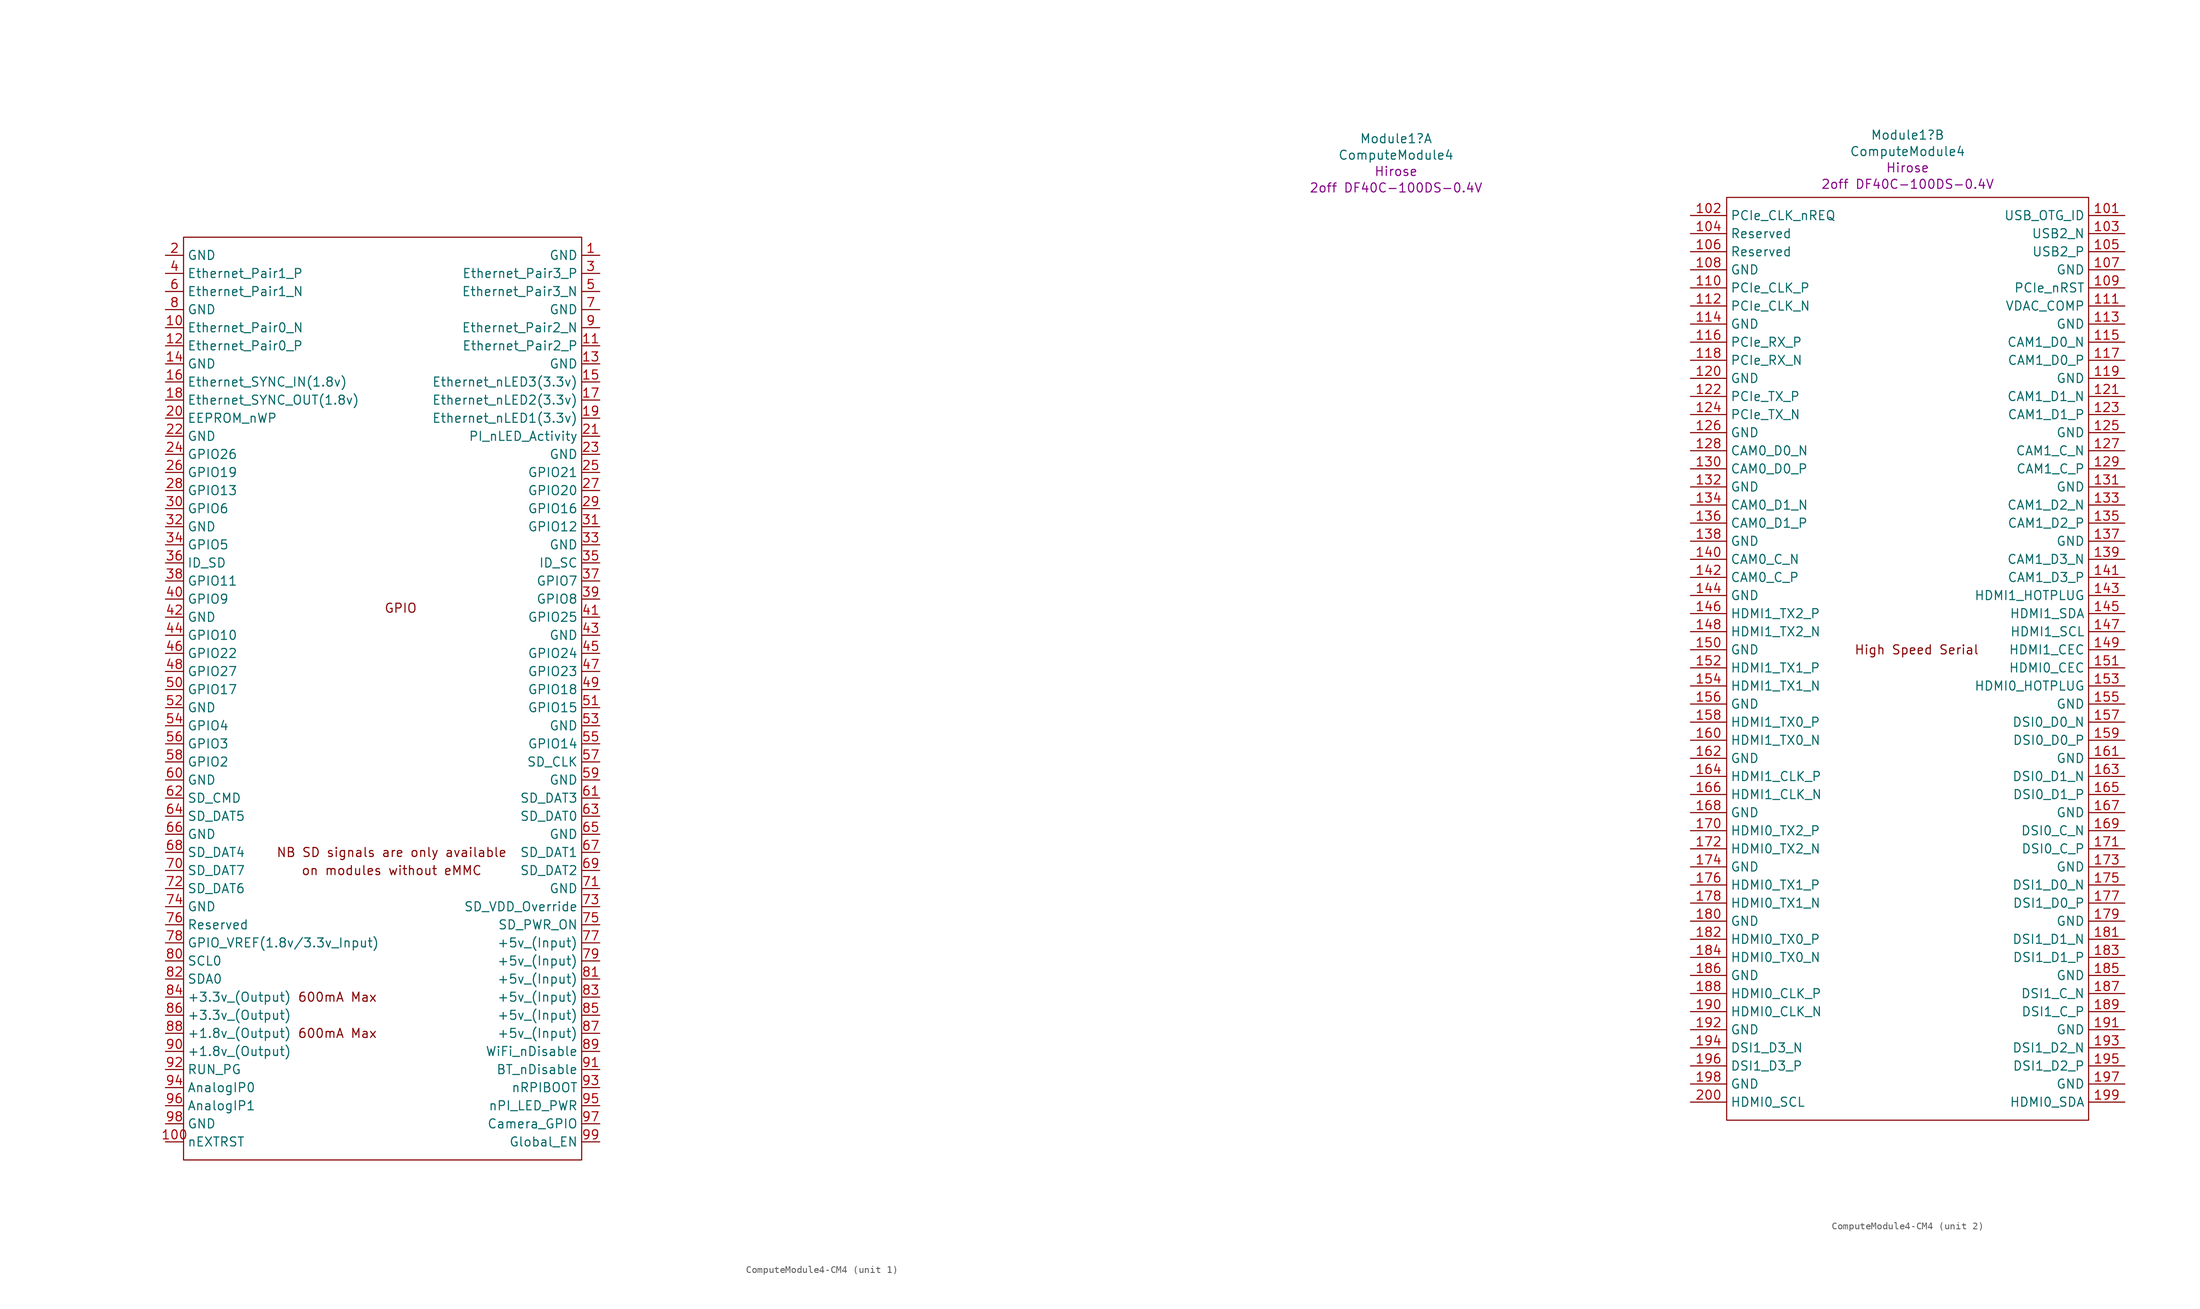
<source format=kicad_sym>
(kicad_symbol_lib
  (version 20211014)
  (generator kicad_symbol_editor)
  (symbol "ComputeModule4-CM4"
    (property "Reference" "Module1"
      (at 139.7 72.263 0)
      (effects (font (size 1.27 1.27))))
    (property "Value" "ComputeModule4"
      (at 139.7 69.952 0)
      (effects (font (size 1.27 1.27))))
    (property "Field4" "Hirose"
      (at 139.7 67.666 0)
      (effects (font (size 1.27 1.27))))
    (property "Field5" "2off DF40C-100DS-0.4V"
      (at 139.7 65.354 0)
      (effects (font (size 1.27 1.27))))
    (property "ki_locked" ""
      (at 0 0 0)
      (effects (font (size 1.27 1.27))))
    (symbol "ComputeModule4-CM4_1_0"
      (text "GPIO" (at 0 6.35 0) (effects (font (size 1.27 1.27)))))
    (symbol "ComputeModule4-CM4_1_1"
      (rectangle (start -30.48 -71.12) (end 25.4 58.42) (stroke (width 0) (type default) (color 0 0 0 0)) (fill (type none)))
      (text "600mA Max" (at -8.89 -53.34 0) (effects (font (size 1.27 1.27))))
      (text "600mA Max" (at -8.89 -48.26 0) (effects (font (size 1.27 1.27))))
      (text "NB SD signals are only available" (at -1.27 -27.94 0) (effects (font (size 1.27 1.27))))
      (text "on modules without eMMC" (at -1.27 -30.48 0) (effects (font (size 1.27 1.27))))
      (pin power_in line (at 27.94 55.88 180) (length 2.54) (name "GND" (effects (font (size 1.27 1.27)))) (number "1" (effects (font (size 1.27 1.27)))))
      (pin passive line (at -33.02 45.72 0) (length 2.54) (name "Ethernet_Pair0_N" (effects (font (size 1.27 1.27)))) (number "10" (effects (font (size 1.27 1.27)))))
      (pin output line (at -33.02 -68.58 0) (length 2.54) (name "nEXTRST" (effects (font (size 1.27 1.27)))) (number "100" (effects (font (size 1.27 1.27)))))
      (pin passive line (at 27.94 43.18 180) (length 2.54) (name "Ethernet_Pair2_P" (effects (font (size 1.27 1.27)))) (number "11" (effects (font (size 1.27 1.27)))))
      (pin passive line (at -33.02 43.18 0) (length 2.54) (name "Ethernet_Pair0_P" (effects (font (size 1.27 1.27)))) (number "12" (effects (font (size 1.27 1.27)))))
      (pin power_in line (at 27.94 40.64 180) (length 2.54) (name "GND" (effects (font (size 1.27 1.27)))) (number "13" (effects (font (size 1.27 1.27)))))
      (pin power_in line (at -33.02 40.64 0) (length 2.54) (name "GND" (effects (font (size 1.27 1.27)))) (number "14" (effects (font (size 1.27 1.27)))))
      (pin output line (at 27.94 38.1 180) (length 2.54) (name "Ethernet_nLED3(3.3v)" (effects (font (size 1.27 1.27)))) (number "15" (effects (font (size 1.27 1.27)))))
      (pin input line (at -33.02 38.1 0) (length 2.54) (name "Ethernet_SYNC_IN(1.8v)" (effects (font (size 1.27 1.27)))) (number "16" (effects (font (size 1.27 1.27)))))
      (pin output line (at 27.94 35.56 180) (length 2.54) (name "Ethernet_nLED2(3.3v)" (effects (font (size 1.27 1.27)))) (number "17" (effects (font (size 1.27 1.27)))))
      (pin input line (at -33.02 35.56 0) (length 2.54) (name "Ethernet_SYNC_OUT(1.8v)" (effects (font (size 1.27 1.27)))) (number "18" (effects (font (size 1.27 1.27)))))
      (pin output line (at 27.94 33.02 180) (length 2.54) (name "Ethernet_nLED1(3.3v)" (effects (font (size 1.27 1.27)))) (number "19" (effects (font (size 1.27 1.27)))))
      (pin power_in line (at -33.02 55.88 0) (length 2.54) (name "GND" (effects (font (size 1.27 1.27)))) (number "2" (effects (font (size 1.27 1.27)))))
      (pin passive line (at -33.02 33.02 0) (length 2.54) (name "EEPROM_nWP" (effects (font (size 1.27 1.27)))) (number "20" (effects (font (size 1.27 1.27)))))
      (pin open_collector line (at 27.94 30.48 180) (length 2.54) (name "PI_nLED_Activity" (effects (font (size 1.27 1.27)))) (number "21" (effects (font (size 1.27 1.27)))))
      (pin power_in line (at -33.02 30.48 0) (length 2.54) (name "GND" (effects (font (size 1.27 1.27)))) (number "22" (effects (font (size 1.27 1.27)))))
      (pin power_in line (at 27.94 27.94 180) (length 2.54) (name "GND" (effects (font (size 1.27 1.27)))) (number "23" (effects (font (size 1.27 1.27)))))
      (pin passive line (at -33.02 27.94 0) (length 2.54) (name "GPIO26" (effects (font (size 1.27 1.27)))) (number "24" (effects (font (size 1.27 1.27)))))
      (pin passive line (at 27.94 25.4 180) (length 2.54) (name "GPIO21" (effects (font (size 1.27 1.27)))) (number "25" (effects (font (size 1.27 1.27)))))
      (pin passive line (at -33.02 25.4 0) (length 2.54) (name "GPIO19" (effects (font (size 1.27 1.27)))) (number "26" (effects (font (size 1.27 1.27)))))
      (pin passive line (at 27.94 22.86 180) (length 2.54) (name "GPIO20" (effects (font (size 1.27 1.27)))) (number "27" (effects (font (size 1.27 1.27)))))
      (pin passive line (at -33.02 22.86 0) (length 2.54) (name "GPIO13" (effects (font (size 1.27 1.27)))) (number "28" (effects (font (size 1.27 1.27)))))
      (pin passive line (at 27.94 20.32 180) (length 2.54) (name "GPIO16" (effects (font (size 1.27 1.27)))) (number "29" (effects (font (size 1.27 1.27)))))
      (pin passive line (at 27.94 53.34 180) (length 2.54) (name "Ethernet_Pair3_P" (effects (font (size 1.27 1.27)))) (number "3" (effects (font (size 1.27 1.27)))))
      (pin passive line (at -33.02 20.32 0) (length 2.54) (name "GPIO6" (effects (font (size 1.27 1.27)))) (number "30" (effects (font (size 1.27 1.27)))))
      (pin passive line (at 27.94 17.78 180) (length 2.54) (name "GPIO12" (effects (font (size 1.27 1.27)))) (number "31" (effects (font (size 1.27 1.27)))))
      (pin power_in line (at -33.02 17.78 0) (length 2.54) (name "GND" (effects (font (size 1.27 1.27)))) (number "32" (effects (font (size 1.27 1.27)))))
      (pin power_in line (at 27.94 15.24 180) (length 2.54) (name "GND" (effects (font (size 1.27 1.27)))) (number "33" (effects (font (size 1.27 1.27)))))
      (pin passive line (at -33.02 15.24 0) (length 2.54) (name "GPIO5" (effects (font (size 1.27 1.27)))) (number "34" (effects (font (size 1.27 1.27)))))
      (pin passive line (at 27.94 12.7 180) (length 2.54) (name "ID_SC" (effects (font (size 1.27 1.27)))) (number "35" (effects (font (size 1.27 1.27)))))
      (pin passive line (at -33.02 12.7 0) (length 2.54) (name "ID_SD" (effects (font (size 1.27 1.27)))) (number "36" (effects (font (size 1.27 1.27)))))
      (pin passive line (at 27.94 10.16 180) (length 2.54) (name "GPIO7" (effects (font (size 1.27 1.27)))) (number "37" (effects (font (size 1.27 1.27)))))
      (pin passive line (at -33.02 10.16 0) (length 2.54) (name "GPIO11" (effects (font (size 1.27 1.27)))) (number "38" (effects (font (size 1.27 1.27)))))
      (pin passive line (at 27.94 7.62 180) (length 2.54) (name "GPIO8" (effects (font (size 1.27 1.27)))) (number "39" (effects (font (size 1.27 1.27)))))
      (pin passive line (at -33.02 53.34 0) (length 2.54) (name "Ethernet_Pair1_P" (effects (font (size 1.27 1.27)))) (number "4" (effects (font (size 1.27 1.27)))))
      (pin passive line (at -33.02 7.62 0) (length 2.54) (name "GPIO9" (effects (font (size 1.27 1.27)))) (number "40" (effects (font (size 1.27 1.27)))))
      (pin passive line (at 27.94 5.08 180) (length 2.54) (name "GPIO25" (effects (font (size 1.27 1.27)))) (number "41" (effects (font (size 1.27 1.27)))))
      (pin power_in line (at -33.02 5.08 0) (length 2.54) (name "GND" (effects (font (size 1.27 1.27)))) (number "42" (effects (font (size 1.27 1.27)))))
      (pin power_in line (at 27.94 2.54 180) (length 2.54) (name "GND" (effects (font (size 1.27 1.27)))) (number "43" (effects (font (size 1.27 1.27)))))
      (pin passive line (at -33.02 2.54 0) (length 2.54) (name "GPIO10" (effects (font (size 1.27 1.27)))) (number "44" (effects (font (size 1.27 1.27)))))
      (pin passive line (at 27.94 0 180) (length 2.54) (name "GPIO24" (effects (font (size 1.27 1.27)))) (number "45" (effects (font (size 1.27 1.27)))))
      (pin passive line (at -33.02 0 0) (length 2.54) (name "GPIO22" (effects (font (size 1.27 1.27)))) (number "46" (effects (font (size 1.27 1.27)))))
      (pin passive line (at 27.94 -2.54 180) (length 2.54) (name "GPIO23" (effects (font (size 1.27 1.27)))) (number "47" (effects (font (size 1.27 1.27)))))
      (pin passive line (at -33.02 -2.54 0) (length 2.54) (name "GPIO27" (effects (font (size 1.27 1.27)))) (number "48" (effects (font (size 1.27 1.27)))))
      (pin passive line (at 27.94 -5.08 180) (length 2.54) (name "GPIO18" (effects (font (size 1.27 1.27)))) (number "49" (effects (font (size 1.27 1.27)))))
      (pin passive line (at 27.94 50.8 180) (length 2.54) (name "Ethernet_Pair3_N" (effects (font (size 1.27 1.27)))) (number "5" (effects (font (size 1.27 1.27)))))
      (pin passive line (at -33.02 -5.08 0) (length 2.54) (name "GPIO17" (effects (font (size 1.27 1.27)))) (number "50" (effects (font (size 1.27 1.27)))))
      (pin passive line (at 27.94 -7.62 180) (length 2.54) (name "GPIO15" (effects (font (size 1.27 1.27)))) (number "51" (effects (font (size 1.27 1.27)))))
      (pin power_in line (at -33.02 -7.62 0) (length 2.54) (name "GND" (effects (font (size 1.27 1.27)))) (number "52" (effects (font (size 1.27 1.27)))))
      (pin power_in line (at 27.94 -10.16 180) (length 2.54) (name "GND" (effects (font (size 1.27 1.27)))) (number "53" (effects (font (size 1.27 1.27)))))
      (pin passive line (at -33.02 -10.16 0) (length 2.54) (name "GPIO4" (effects (font (size 1.27 1.27)))) (number "54" (effects (font (size 1.27 1.27)))))
      (pin passive line (at 27.94 -12.7 180) (length 2.54) (name "GPIO14" (effects (font (size 1.27 1.27)))) (number "55" (effects (font (size 1.27 1.27)))))
      (pin passive line (at -33.02 -12.7 0) (length 2.54) (name "GPIO3" (effects (font (size 1.27 1.27)))) (number "56" (effects (font (size 1.27 1.27)))))
      (pin passive line (at 27.94 -15.24 180) (length 2.54) (name "SD_CLK" (effects (font (size 1.27 1.27)))) (number "57" (effects (font (size 1.27 1.27)))))
      (pin passive line (at -33.02 -15.24 0) (length 2.54) (name "GPIO2" (effects (font (size 1.27 1.27)))) (number "58" (effects (font (size 1.27 1.27)))))
      (pin power_in line (at 27.94 -17.78 180) (length 2.54) (name "GND" (effects (font (size 1.27 1.27)))) (number "59" (effects (font (size 1.27 1.27)))))
      (pin passive line (at -33.02 50.8 0) (length 2.54) (name "Ethernet_Pair1_N" (effects (font (size 1.27 1.27)))) (number "6" (effects (font (size 1.27 1.27)))))
      (pin power_in line (at -33.02 -17.78 0) (length 2.54) (name "GND" (effects (font (size 1.27 1.27)))) (number "60" (effects (font (size 1.27 1.27)))))
      (pin passive line (at 27.94 -20.32 180) (length 2.54) (name "SD_DAT3" (effects (font (size 1.27 1.27)))) (number "61" (effects (font (size 1.27 1.27)))))
      (pin passive line (at -33.02 -20.32 0) (length 2.54) (name "SD_CMD" (effects (font (size 1.27 1.27)))) (number "62" (effects (font (size 1.27 1.27)))))
      (pin passive line (at 27.94 -22.86 180) (length 2.54) (name "SD_DAT0" (effects (font (size 1.27 1.27)))) (number "63" (effects (font (size 1.27 1.27)))))
      (pin passive line (at -33.02 -22.86 0) (length 2.54) (name "SD_DAT5" (effects (font (size 1.27 1.27)))) (number "64" (effects (font (size 1.27 1.27)))))
      (pin power_in line (at 27.94 -25.4 180) (length 2.54) (name "GND" (effects (font (size 1.27 1.27)))) (number "65" (effects (font (size 1.27 1.27)))))
      (pin power_in line (at -33.02 -25.4 0) (length 2.54) (name "GND" (effects (font (size 1.27 1.27)))) (number "66" (effects (font (size 1.27 1.27)))))
      (pin passive line (at 27.94 -27.94 180) (length 2.54) (name "SD_DAT1" (effects (font (size 1.27 1.27)))) (number "67" (effects (font (size 1.27 1.27)))))
      (pin passive line (at -33.02 -27.94 0) (length 2.54) (name "SD_DAT4" (effects (font (size 1.27 1.27)))) (number "68" (effects (font (size 1.27 1.27)))))
      (pin passive line (at 27.94 -30.48 180) (length 2.54) (name "SD_DAT2" (effects (font (size 1.27 1.27)))) (number "69" (effects (font (size 1.27 1.27)))))
      (pin power_in line (at 27.94 48.26 180) (length 2.54) (name "GND" (effects (font (size 1.27 1.27)))) (number "7" (effects (font (size 1.27 1.27)))))
      (pin passive line (at -33.02 -30.48 0) (length 2.54) (name "SD_DAT7" (effects (font (size 1.27 1.27)))) (number "70" (effects (font (size 1.27 1.27)))))
      (pin power_in line (at 27.94 -33.02 180) (length 2.54) (name "GND" (effects (font (size 1.27 1.27)))) (number "71" (effects (font (size 1.27 1.27)))))
      (pin passive line (at -33.02 -33.02 0) (length 2.54) (name "SD_DAT6" (effects (font (size 1.27 1.27)))) (number "72" (effects (font (size 1.27 1.27)))))
      (pin input line (at 27.94 -35.56 180) (length 2.54) (name "SD_VDD_Override" (effects (font (size 1.27 1.27)))) (number "73" (effects (font (size 1.27 1.27)))))
      (pin power_in line (at -33.02 -35.56 0) (length 2.54) (name "GND" (effects (font (size 1.27 1.27)))) (number "74" (effects (font (size 1.27 1.27)))))
      (pin output line (at 27.94 -38.1 180) (length 2.54) (name "SD_PWR_ON" (effects (font (size 1.27 1.27)))) (number "75" (effects (font (size 1.27 1.27)))))
      (pin passive line (at -33.02 -38.1 0) (length 2.54) (name "Reserved" (effects (font (size 1.27 1.27)))) (number "76" (effects (font (size 1.27 1.27)))))
      (pin power_in line (at 27.94 -40.64 180) (length 2.54) (name "+5v_(Input)" (effects (font (size 1.27 1.27)))) (number "77" (effects (font (size 1.27 1.27)))))
      (pin power_in line (at -33.02 -40.64 0) (length 2.54) (name "GPIO_VREF(1.8v/3.3v_Input)" (effects (font (size 1.27 1.27)))) (number "78" (effects (font (size 1.27 1.27)))))
      (pin power_in line (at 27.94 -43.18 180) (length 2.54) (name "+5v_(Input)" (effects (font (size 1.27 1.27)))) (number "79" (effects (font (size 1.27 1.27)))))
      (pin power_in line (at -33.02 48.26 0) (length 2.54) (name "GND" (effects (font (size 1.27 1.27)))) (number "8" (effects (font (size 1.27 1.27)))))
      (pin passive line (at -33.02 -43.18 0) (length 2.54) (name "SCL0" (effects (font (size 1.27 1.27)))) (number "80" (effects (font (size 1.27 1.27)))))
      (pin power_in line (at 27.94 -45.72 180) (length 2.54) (name "+5v_(Input)" (effects (font (size 1.27 1.27)))) (number "81" (effects (font (size 1.27 1.27)))))
      (pin passive line (at -33.02 -45.72 0) (length 2.54) (name "SDA0" (effects (font (size 1.27 1.27)))) (number "82" (effects (font (size 1.27 1.27)))))
      (pin power_in line (at 27.94 -48.26 180) (length 2.54) (name "+5v_(Input)" (effects (font (size 1.27 1.27)))) (number "83" (effects (font (size 1.27 1.27)))))
      (pin power_out line (at -33.02 -48.26 0) (length 2.54) (name "+3.3v_(Output)" (effects (font (size 1.27 1.27)))) (number "84" (effects (font (size 1.27 1.27)))))
      (pin power_in line (at 27.94 -50.8 180) (length 2.54) (name "+5v_(Input)" (effects (font (size 1.27 1.27)))) (number "85" (effects (font (size 1.27 1.27)))))
      (pin power_out line (at -33.02 -50.8 0) (length 2.54) (name "+3.3v_(Output)" (effects (font (size 1.27 1.27)))) (number "86" (effects (font (size 1.27 1.27)))))
      (pin power_in line (at 27.94 -53.34 180) (length 2.54) (name "+5v_(Input)" (effects (font (size 1.27 1.27)))) (number "87" (effects (font (size 1.27 1.27)))))
      (pin power_out line (at -33.02 -53.34 0) (length 2.54) (name "+1.8v_(Output)" (effects (font (size 1.27 1.27)))) (number "88" (effects (font (size 1.27 1.27)))))
      (pin power_in line (at 27.94 -55.88 180) (length 2.54) (name "WiFi_nDisable" (effects (font (size 1.27 1.27)))) (number "89" (effects (font (size 1.27 1.27)))))
      (pin passive line (at 27.94 45.72 180) (length 2.54) (name "Ethernet_Pair2_N" (effects (font (size 1.27 1.27)))) (number "9" (effects (font (size 1.27 1.27)))))
      (pin power_out line (at -33.02 -55.88 0) (length 2.54) (name "+1.8v_(Output)" (effects (font (size 1.27 1.27)))) (number "90" (effects (font (size 1.27 1.27)))))
      (pin power_in line (at 27.94 -58.42 180) (length 2.54) (name "BT_nDisable" (effects (font (size 1.27 1.27)))) (number "91" (effects (font (size 1.27 1.27)))))
      (pin passive line (at -33.02 -58.42 0) (length 2.54) (name "RUN_PG" (effects (font (size 1.27 1.27)))) (number "92" (effects (font (size 1.27 1.27)))))
      (pin input line (at 27.94 -60.96 180) (length 2.54) (name "nRPIBOOT" (effects (font (size 1.27 1.27)))) (number "93" (effects (font (size 1.27 1.27)))))
      (pin passive line (at -33.02 -60.96 0) (length 2.54) (name "AnalogIP0" (effects (font (size 1.27 1.27)))) (number "94" (effects (font (size 1.27 1.27)))))
      (pin output line (at 27.94 -63.5 180) (length 2.54) (name "nPI_LED_PWR" (effects (font (size 1.27 1.27)))) (number "95" (effects (font (size 1.27 1.27)))))
      (pin passive line (at -33.02 -63.5 0) (length 2.54) (name "AnalogIP1" (effects (font (size 1.27 1.27)))) (number "96" (effects (font (size 1.27 1.27)))))
      (pin passive line (at 27.94 -66.04 180) (length 2.54) (name "Camera_GPIO" (effects (font (size 1.27 1.27)))) (number "97" (effects (font (size 1.27 1.27)))))
      (pin power_in line (at -33.02 -66.04 0) (length 2.54) (name "GND" (effects (font (size 1.27 1.27)))) (number "98" (effects (font (size 1.27 1.27)))))
      (pin input line (at 27.94 -68.58 180) (length 2.54) (name "Global_EN" (effects (font (size 1.27 1.27)))) (number "99" (effects (font (size 1.27 1.27))))))
    (symbol "ComputeModule4-CM4_2_1"
      (rectangle (start 114.3 -66.04) (end 165.1 63.5) (stroke (width 0) (type default) (color 0 0 0 0)) (fill (type none)))
      (text "High Speed Serial" (at 140.97 0 0) (effects (font (size 1.27 1.27))))
      (pin input line (at 170.18 60.96 180) (length 5.08) (name "USB_OTG_ID" (effects (font (size 1.27 1.27)))) (number "101" (effects (font (size 1.27 1.27)))))
      (pin input line (at 109.22 60.96 0) (length 5.08) (name "PCIe_CLK_nREQ" (effects (font (size 1.27 1.27)))) (number "102" (effects (font (size 1.27 1.27)))))
      (pin passive line (at 170.18 58.42 180) (length 5.08) (name "USB2_N" (effects (font (size 1.27 1.27)))) (number "103" (effects (font (size 1.27 1.27)))))
      (pin passive line (at 109.22 58.42 0) (length 5.08) (name "Reserved" (effects (font (size 1.27 1.27)))) (number "104" (effects (font (size 1.27 1.27)))))
      (pin passive line (at 170.18 55.88 180) (length 5.08) (name "USB2_P" (effects (font (size 1.27 1.27)))) (number "105" (effects (font (size 1.27 1.27)))))
      (pin passive line (at 109.22 55.88 0) (length 5.08) (name "Reserved" (effects (font (size 1.27 1.27)))) (number "106" (effects (font (size 1.27 1.27)))))
      (pin power_in line (at 170.18 53.34 180) (length 5.08) (name "GND" (effects (font (size 1.27 1.27)))) (number "107" (effects (font (size 1.27 1.27)))))
      (pin power_in line (at 109.22 53.34 0) (length 5.08) (name "GND" (effects (font (size 1.27 1.27)))) (number "108" (effects (font (size 1.27 1.27)))))
      (pin bidirectional line (at 170.18 50.8 180) (length 5.08) (name "PCIe_nRST" (effects (font (size 1.27 1.27)))) (number "109" (effects (font (size 1.27 1.27)))))
      (pin output line (at 109.22 50.8 0) (length 5.08) (name "PCIe_CLK_P" (effects (font (size 1.27 1.27)))) (number "110" (effects (font (size 1.27 1.27)))))
      (pin passive line (at 170.18 48.26 180) (length 5.08) (name "VDAC_COMP" (effects (font (size 1.27 1.27)))) (number "111" (effects (font (size 1.27 1.27)))))
      (pin output line (at 109.22 48.26 0) (length 5.08) (name "PCIe_CLK_N" (effects (font (size 1.27 1.27)))) (number "112" (effects (font (size 1.27 1.27)))))
      (pin power_in line (at 170.18 45.72 180) (length 5.08) (name "GND" (effects (font (size 1.27 1.27)))) (number "113" (effects (font (size 1.27 1.27)))))
      (pin power_in line (at 109.22 45.72 0) (length 5.08) (name "GND" (effects (font (size 1.27 1.27)))) (number "114" (effects (font (size 1.27 1.27)))))
      (pin input line (at 170.18 43.18 180) (length 5.08) (name "CAM1_D0_N" (effects (font (size 1.27 1.27)))) (number "115" (effects (font (size 1.27 1.27)))))
      (pin input line (at 109.22 43.18 0) (length 5.08) (name "PCIe_RX_P" (effects (font (size 1.27 1.27)))) (number "116" (effects (font (size 1.27 1.27)))))
      (pin input line (at 170.18 40.64 180) (length 5.08) (name "CAM1_D0_P" (effects (font (size 1.27 1.27)))) (number "117" (effects (font (size 1.27 1.27)))))
      (pin input line (at 109.22 40.64 0) (length 5.08) (name "PCIe_RX_N" (effects (font (size 1.27 1.27)))) (number "118" (effects (font (size 1.27 1.27)))))
      (pin power_in line (at 170.18 38.1 180) (length 5.08) (name "GND" (effects (font (size 1.27 1.27)))) (number "119" (effects (font (size 1.27 1.27)))))
      (pin power_in line (at 109.22 38.1 0) (length 5.08) (name "GND" (effects (font (size 1.27 1.27)))) (number "120" (effects (font (size 1.27 1.27)))))
      (pin input line (at 170.18 35.56 180) (length 5.08) (name "CAM1_D1_N" (effects (font (size 1.27 1.27)))) (number "121" (effects (font (size 1.27 1.27)))))
      (pin output line (at 109.22 35.56 0) (length 5.08) (name "PCIe_TX_P" (effects (font (size 1.27 1.27)))) (number "122" (effects (font (size 1.27 1.27)))))
      (pin input line (at 170.18 33.02 180) (length 5.08) (name "CAM1_D1_P" (effects (font (size 1.27 1.27)))) (number "123" (effects (font (size 1.27 1.27)))))
      (pin output line (at 109.22 33.02 0) (length 5.08) (name "PCIe_TX_N" (effects (font (size 1.27 1.27)))) (number "124" (effects (font (size 1.27 1.27)))))
      (pin power_in line (at 170.18 30.48 180) (length 5.08) (name "GND" (effects (font (size 1.27 1.27)))) (number "125" (effects (font (size 1.27 1.27)))))
      (pin power_in line (at 109.22 30.48 0) (length 5.08) (name "GND" (effects (font (size 1.27 1.27)))) (number "126" (effects (font (size 1.27 1.27)))))
      (pin input line (at 170.18 27.94 180) (length 5.08) (name "CAM1_C_N" (effects (font (size 1.27 1.27)))) (number "127" (effects (font (size 1.27 1.27)))))
      (pin input line (at 109.22 27.94 0) (length 5.08) (name "CAM0_D0_N" (effects (font (size 1.27 1.27)))) (number "128" (effects (font (size 1.27 1.27)))))
      (pin input line (at 170.18 25.4 180) (length 5.08) (name "CAM1_C_P" (effects (font (size 1.27 1.27)))) (number "129" (effects (font (size 1.27 1.27)))))
      (pin input line (at 109.22 25.4 0) (length 5.08) (name "CAM0_D0_P" (effects (font (size 1.27 1.27)))) (number "130" (effects (font (size 1.27 1.27)))))
      (pin power_in line (at 170.18 22.86 180) (length 5.08) (name "GND" (effects (font (size 1.27 1.27)))) (number "131" (effects (font (size 1.27 1.27)))))
      (pin power_in line (at 109.22 22.86 0) (length 5.08) (name "GND" (effects (font (size 1.27 1.27)))) (number "132" (effects (font (size 1.27 1.27)))))
      (pin input line (at 170.18 20.32 180) (length 5.08) (name "CAM1_D2_N" (effects (font (size 1.27 1.27)))) (number "133" (effects (font (size 1.27 1.27)))))
      (pin input line (at 109.22 20.32 0) (length 5.08) (name "CAM0_D1_N" (effects (font (size 1.27 1.27)))) (number "134" (effects (font (size 1.27 1.27)))))
      (pin input line (at 170.18 17.78 180) (length 5.08) (name "CAM1_D2_P" (effects (font (size 1.27 1.27)))) (number "135" (effects (font (size 1.27 1.27)))))
      (pin input line (at 109.22 17.78 0) (length 5.08) (name "CAM0_D1_P" (effects (font (size 1.27 1.27)))) (number "136" (effects (font (size 1.27 1.27)))))
      (pin power_in line (at 170.18 15.24 180) (length 5.08) (name "GND" (effects (font (size 1.27 1.27)))) (number "137" (effects (font (size 1.27 1.27)))))
      (pin power_in line (at 109.22 15.24 0) (length 5.08) (name "GND" (effects (font (size 1.27 1.27)))) (number "138" (effects (font (size 1.27 1.27)))))
      (pin input line (at 170.18 12.7 180) (length 5.08) (name "CAM1_D3_N" (effects (font (size 1.27 1.27)))) (number "139" (effects (font (size 1.27 1.27)))))
      (pin input line (at 109.22 12.7 0) (length 5.08) (name "CAM0_C_N" (effects (font (size 1.27 1.27)))) (number "140" (effects (font (size 1.27 1.27)))))
      (pin input line (at 170.18 10.16 180) (length 5.08) (name "CAM1_D3_P" (effects (font (size 1.27 1.27)))) (number "141" (effects (font (size 1.27 1.27)))))
      (pin input line (at 109.22 10.16 0) (length 5.08) (name "CAM0_C_P" (effects (font (size 1.27 1.27)))) (number "142" (effects (font (size 1.27 1.27)))))
      (pin input line (at 170.18 7.62 180) (length 5.08) (name "HDMI1_HOTPLUG" (effects (font (size 1.27 1.27)))) (number "143" (effects (font (size 1.27 1.27)))))
      (pin power_in line (at 109.22 7.62 0) (length 5.08) (name "GND" (effects (font (size 1.27 1.27)))) (number "144" (effects (font (size 1.27 1.27)))))
      (pin bidirectional line (at 170.18 5.08 180) (length 5.08) (name "HDMI1_SDA" (effects (font (size 1.27 1.27)))) (number "145" (effects (font (size 1.27 1.27)))))
      (pin output line (at 109.22 5.08 0) (length 5.08) (name "HDMI1_TX2_P" (effects (font (size 1.27 1.27)))) (number "146" (effects (font (size 1.27 1.27)))))
      (pin open_collector line (at 170.18 2.54 180) (length 5.08) (name "HDMI1_SCL" (effects (font (size 1.27 1.27)))) (number "147" (effects (font (size 1.27 1.27)))))
      (pin output line (at 109.22 2.54 0) (length 5.08) (name "HDMI1_TX2_N" (effects (font (size 1.27 1.27)))) (number "148" (effects (font (size 1.27 1.27)))))
      (pin open_collector line (at 170.18 0 180) (length 5.08) (name "HDMI1_CEC" (effects (font (size 1.27 1.27)))) (number "149" (effects (font (size 1.27 1.27)))))
      (pin power_in line (at 109.22 0 0) (length 5.08) (name "GND" (effects (font (size 1.27 1.27)))) (number "150" (effects (font (size 1.27 1.27)))))
      (pin open_collector line (at 170.18 -2.54 180) (length 5.08) (name "HDMI0_CEC" (effects (font (size 1.27 1.27)))) (number "151" (effects (font (size 1.27 1.27)))))
      (pin output line (at 109.22 -2.54 0) (length 5.08) (name "HDMI1_TX1_P" (effects (font (size 1.27 1.27)))) (number "152" (effects (font (size 1.27 1.27)))))
      (pin input line (at 170.18 -5.08 180) (length 5.08) (name "HDMI0_HOTPLUG" (effects (font (size 1.27 1.27)))) (number "153" (effects (font (size 1.27 1.27)))))
      (pin output line (at 109.22 -5.08 0) (length 5.08) (name "HDMI1_TX1_N" (effects (font (size 1.27 1.27)))) (number "154" (effects (font (size 1.27 1.27)))))
      (pin power_in line (at 170.18 -7.62 180) (length 5.08) (name "GND" (effects (font (size 1.27 1.27)))) (number "155" (effects (font (size 1.27 1.27)))))
      (pin power_in line (at 109.22 -7.62 0) (length 5.08) (name "GND" (effects (font (size 1.27 1.27)))) (number "156" (effects (font (size 1.27 1.27)))))
      (pin output line (at 170.18 -10.16 180) (length 5.08) (name "DSI0_D0_N" (effects (font (size 1.27 1.27)))) (number "157" (effects (font (size 1.27 1.27)))))
      (pin output line (at 109.22 -10.16 0) (length 5.08) (name "HDMI1_TX0_P" (effects (font (size 1.27 1.27)))) (number "158" (effects (font (size 1.27 1.27)))))
      (pin output line (at 170.18 -12.7 180) (length 5.08) (name "DSI0_D0_P" (effects (font (size 1.27 1.27)))) (number "159" (effects (font (size 1.27 1.27)))))
      (pin output line (at 109.22 -12.7 0) (length 5.08) (name "HDMI1_TX0_N" (effects (font (size 1.27 1.27)))) (number "160" (effects (font (size 1.27 1.27)))))
      (pin power_in line (at 170.18 -15.24 180) (length 5.08) (name "GND" (effects (font (size 1.27 1.27)))) (number "161" (effects (font (size 1.27 1.27)))))
      (pin power_in line (at 109.22 -15.24 0) (length 5.08) (name "GND" (effects (font (size 1.27 1.27)))) (number "162" (effects (font (size 1.27 1.27)))))
      (pin output line (at 170.18 -17.78 180) (length 5.08) (name "DSI0_D1_N" (effects (font (size 1.27 1.27)))) (number "163" (effects (font (size 1.27 1.27)))))
      (pin output line (at 109.22 -17.78 0) (length 5.08) (name "HDMI1_CLK_P" (effects (font (size 1.27 1.27)))) (number "164" (effects (font (size 1.27 1.27)))))
      (pin output line (at 170.18 -20.32 180) (length 5.08) (name "DSI0_D1_P" (effects (font (size 1.27 1.27)))) (number "165" (effects (font (size 1.27 1.27)))))
      (pin output line (at 109.22 -20.32 0) (length 5.08) (name "HDMI1_CLK_N" (effects (font (size 1.27 1.27)))) (number "166" (effects (font (size 1.27 1.27)))))
      (pin power_in line (at 170.18 -22.86 180) (length 5.08) (name "GND" (effects (font (size 1.27 1.27)))) (number "167" (effects (font (size 1.27 1.27)))))
      (pin power_in line (at 109.22 -22.86 0) (length 5.08) (name "GND" (effects (font (size 1.27 1.27)))) (number "168" (effects (font (size 1.27 1.27)))))
      (pin output line (at 170.18 -25.4 180) (length 5.08) (name "DSI0_C_N" (effects (font (size 1.27 1.27)))) (number "169" (effects (font (size 1.27 1.27)))))
      (pin output line (at 109.22 -25.4 0) (length 5.08) (name "HDMI0_TX2_P" (effects (font (size 1.27 1.27)))) (number "170" (effects (font (size 1.27 1.27)))))
      (pin output line (at 170.18 -27.94 180) (length 5.08) (name "DSI0_C_P" (effects (font (size 1.27 1.27)))) (number "171" (effects (font (size 1.27 1.27)))))
      (pin output line (at 109.22 -27.94 0) (length 5.08) (name "HDMI0_TX2_N" (effects (font (size 1.27 1.27)))) (number "172" (effects (font (size 1.27 1.27)))))
      (pin power_in line (at 170.18 -30.48 180) (length 5.08) (name "GND" (effects (font (size 1.27 1.27)))) (number "173" (effects (font (size 1.27 1.27)))))
      (pin power_in line (at 109.22 -30.48 0) (length 5.08) (name "GND" (effects (font (size 1.27 1.27)))) (number "174" (effects (font (size 1.27 1.27)))))
      (pin output line (at 170.18 -33.02 180) (length 5.08) (name "DSI1_D0_N" (effects (font (size 1.27 1.27)))) (number "175" (effects (font (size 1.27 1.27)))))
      (pin output line (at 109.22 -33.02 0) (length 5.08) (name "HDMI0_TX1_P" (effects (font (size 1.27 1.27)))) (number "176" (effects (font (size 1.27 1.27)))))
      (pin output line (at 170.18 -35.56 180) (length 5.08) (name "DSI1_D0_P" (effects (font (size 1.27 1.27)))) (number "177" (effects (font (size 1.27 1.27)))))
      (pin output line (at 109.22 -35.56 0) (length 5.08) (name "HDMI0_TX1_N" (effects (font (size 1.27 1.27)))) (number "178" (effects (font (size 1.27 1.27)))))
      (pin power_in line (at 170.18 -38.1 180) (length 5.08) (name "GND" (effects (font (size 1.27 1.27)))) (number "179" (effects (font (size 1.27 1.27)))))
      (pin power_in line (at 109.22 -38.1 0) (length 5.08) (name "GND" (effects (font (size 1.27 1.27)))) (number "180" (effects (font (size 1.27 1.27)))))
      (pin output line (at 170.18 -40.64 180) (length 5.08) (name "DSI1_D1_N" (effects (font (size 1.27 1.27)))) (number "181" (effects (font (size 1.27 1.27)))))
      (pin output line (at 109.22 -40.64 0) (length 5.08) (name "HDMI0_TX0_P" (effects (font (size 1.27 1.27)))) (number "182" (effects (font (size 1.27 1.27)))))
      (pin output line (at 170.18 -43.18 180) (length 5.08) (name "DSI1_D1_P" (effects (font (size 1.27 1.27)))) (number "183" (effects (font (size 1.27 1.27)))))
      (pin output line (at 109.22 -43.18 0) (length 5.08) (name "HDMI0_TX0_N" (effects (font (size 1.27 1.27)))) (number "184" (effects (font (size 1.27 1.27)))))
      (pin power_in line (at 170.18 -45.72 180) (length 5.08) (name "GND" (effects (font (size 1.27 1.27)))) (number "185" (effects (font (size 1.27 1.27)))))
      (pin power_in line (at 109.22 -45.72 0) (length 5.08) (name "GND" (effects (font (size 1.27 1.27)))) (number "186" (effects (font (size 1.27 1.27)))))
      (pin output line (at 170.18 -48.26 180) (length 5.08) (name "DSI1_C_N" (effects (font (size 1.27 1.27)))) (number "187" (effects (font (size 1.27 1.27)))))
      (pin output line (at 109.22 -48.26 0) (length 5.08) (name "HDMI0_CLK_P" (effects (font (size 1.27 1.27)))) (number "188" (effects (font (size 1.27 1.27)))))
      (pin output line (at 170.18 -50.8 180) (length 5.08) (name "DSI1_C_P" (effects (font (size 1.27 1.27)))) (number "189" (effects (font (size 1.27 1.27)))))
      (pin output line (at 109.22 -50.8 0) (length 5.08) (name "HDMI0_CLK_N" (effects (font (size 1.27 1.27)))) (number "190" (effects (font (size 1.27 1.27)))))
      (pin power_in line (at 170.18 -53.34 180) (length 5.08) (name "GND" (effects (font (size 1.27 1.27)))) (number "191" (effects (font (size 1.27 1.27)))))
      (pin power_in line (at 109.22 -53.34 0) (length 5.08) (name "GND" (effects (font (size 1.27 1.27)))) (number "192" (effects (font (size 1.27 1.27)))))
      (pin output line (at 170.18 -55.88 180) (length 5.08) (name "DSI1_D2_N" (effects (font (size 1.27 1.27)))) (number "193" (effects (font (size 1.27 1.27)))))
      (pin output line (at 109.22 -55.88 0) (length 5.08) (name "DSI1_D3_N" (effects (font (size 1.27 1.27)))) (number "194" (effects (font (size 1.27 1.27)))))
      (pin output line (at 170.18 -58.42 180) (length 5.08) (name "DSI1_D2_P" (effects (font (size 1.27 1.27)))) (number "195" (effects (font (size 1.27 1.27)))))
      (pin output line (at 109.22 -58.42 0) (length 5.08) (name "DSI1_D3_P" (effects (font (size 1.27 1.27)))) (number "196" (effects (font (size 1.27 1.27)))))
      (pin power_in line (at 170.18 -60.96 180) (length 5.08) (name "GND" (effects (font (size 1.27 1.27)))) (number "197" (effects (font (size 1.27 1.27)))))
      (pin power_in line (at 109.22 -60.96 0) (length 5.08) (name "GND" (effects (font (size 1.27 1.27)))) (number "198" (effects (font (size 1.27 1.27)))))
      (pin bidirectional line (at 170.18 -63.5 180) (length 5.08) (name "HDMI0_SDA" (effects (font (size 1.27 1.27)))) (number "199" (effects (font (size 1.27 1.27)))))
      (pin open_collector line (at 109.22 -63.5 0) (length 5.08) (name "HDMI0_SCL" (effects (font (size 1.27 1.27)))) (number "200" (effects (font (size 1.27 1.27))))))))
</source>
